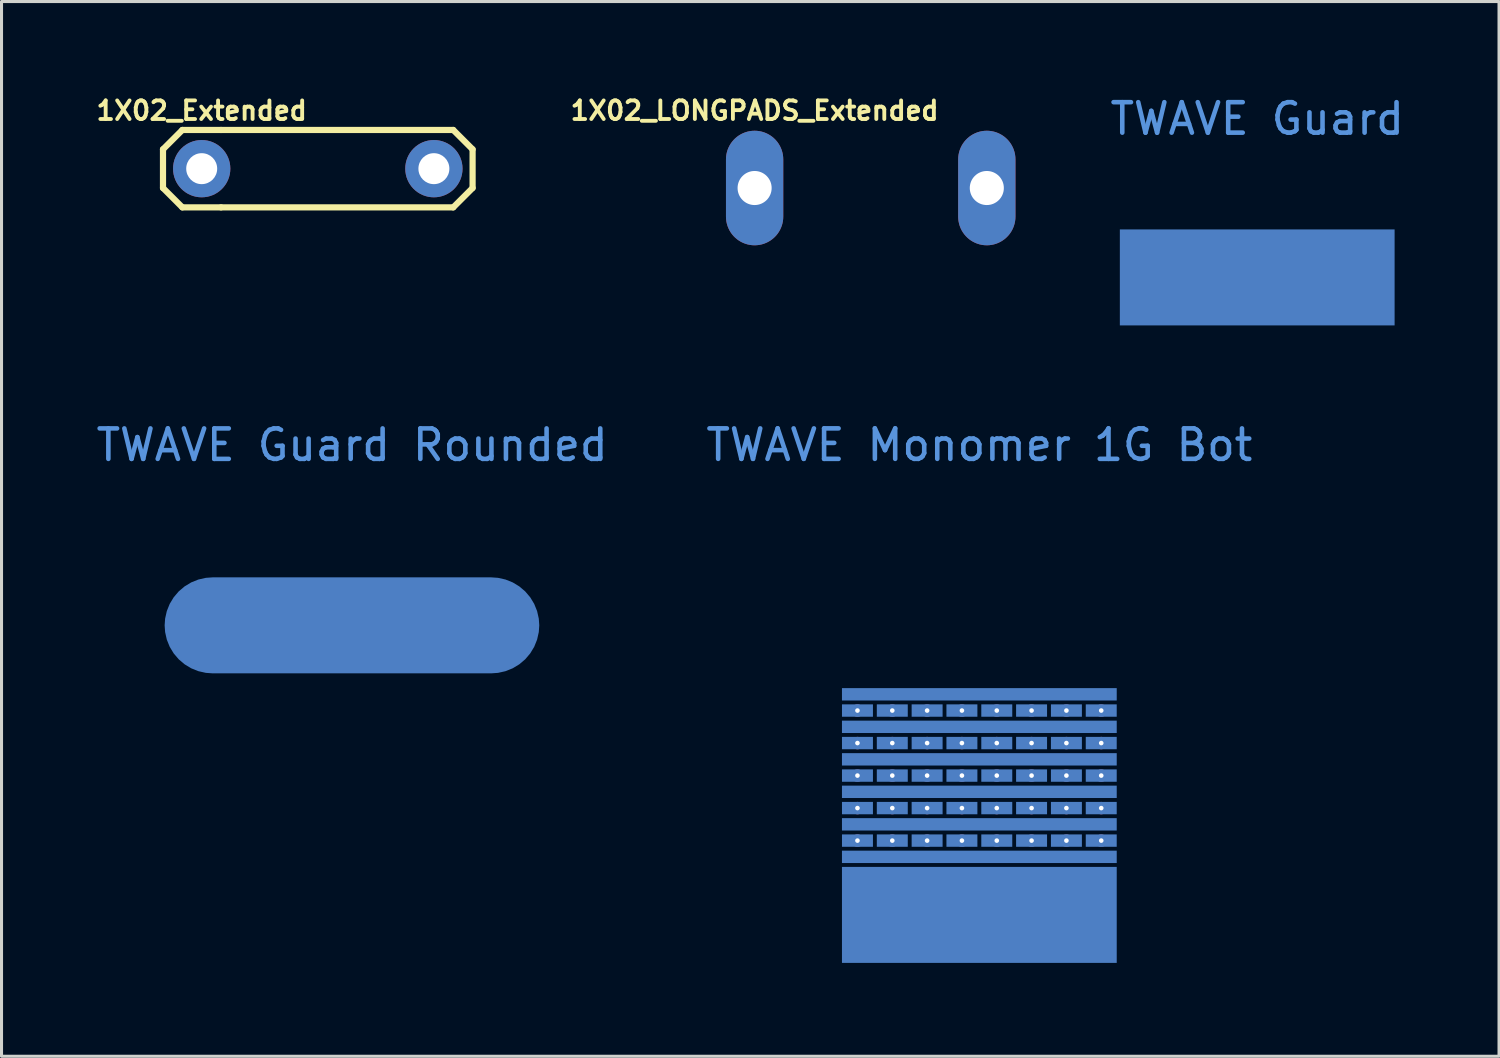
<source format=kicad_pcb>
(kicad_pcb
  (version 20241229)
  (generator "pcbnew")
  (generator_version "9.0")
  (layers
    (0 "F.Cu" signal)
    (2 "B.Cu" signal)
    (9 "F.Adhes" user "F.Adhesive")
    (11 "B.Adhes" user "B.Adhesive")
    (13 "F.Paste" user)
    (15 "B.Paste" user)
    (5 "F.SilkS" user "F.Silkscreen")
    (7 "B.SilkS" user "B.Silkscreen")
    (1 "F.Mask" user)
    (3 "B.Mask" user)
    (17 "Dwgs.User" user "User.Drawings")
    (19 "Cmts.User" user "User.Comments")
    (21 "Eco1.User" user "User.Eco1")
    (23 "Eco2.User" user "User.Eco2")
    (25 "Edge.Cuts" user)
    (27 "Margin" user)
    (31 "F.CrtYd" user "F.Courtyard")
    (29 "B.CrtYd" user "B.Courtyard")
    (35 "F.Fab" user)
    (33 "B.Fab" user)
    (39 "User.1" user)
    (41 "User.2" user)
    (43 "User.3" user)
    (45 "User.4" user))
  (footprint "TWAVE Guard"
    (layer "F.Cu")
    (at 38.208 6.054)
    (property "Reference" "TWAVE Guard" (at 0 -5.206 0) (unlocked yes) (layer "Cmts.User") (effects (font (size 1 1) (thickness 0.15))))
    (attr smd)
    (fp_rect (start -4.585 -1.651) (end 4.585 1.651) (stroke (width 0.000254) (type solid)) (fill yes) (layer "B.Mask"))
    (pad "G" smd rect (at 0 0) (size 9.017 3.15) (layers "B.Cu")))
  (footprint "TWAVE Monomer 1G Bot"
    (layer "F.Cu")
    (at 29.089 22.402)
    (property "Reference" "TWAVE Monomer 1G Bot" (at 0 -10.849 0) (unlocked yes) (layer "Cmts.User") (effects (font (size 1 1) (thickness 0.15))))
    (attr through_hole)
    (fp_rect (start -4.559 -6.198) (end 4.559 6.198) (stroke (width 0.025) (type solid)) (fill yes) (layer "B.Mask"))
    (pad "1" thru_hole circle (at -4 -2.134) (size 0.406 0.406) (drill 0.152) (layers "*.Cu" "*.Mask"))
    (pad "1" smd rect (at -4 -2.134) (size 1.016 0.406) (property pad_prop_testpoint) (layers "B.Cu"))
    (pad "1" thru_hole circle (at -4 -1.067) (size 0.406 0.406) (drill 0.152) (layers "*.Cu" "*.Mask"))
    (pad "1" smd rect (at -4 -1.067) (size 1.016 0.406) (property pad_prop_testpoint) (layers "B.Cu"))
    (pad "1" thru_hole circle (at -4 0) (size 0.406 0.406) (drill 0.152) (layers "*.Cu" "*.Mask"))
    (pad "1" smd rect (at -4 0) (size 1.016 0.406) (property pad_prop_testpoint) (layers "B.Cu"))
    (pad "1" thru_hole circle (at -4 1.067) (size 0.406 0.406) (drill 0.152) (layers "*.Cu" "*.Mask"))
    (pad "1" smd rect (at -4 1.067) (size 1.016 0.406) (property pad_prop_testpoint) (layers "B.Cu"))
    (pad "1" thru_hole circle (at -4 2.134) (size 0.406 0.406) (drill 0.152) (layers "*.Cu" "*.Mask"))
    (pad "1" smd rect (at -4 2.134) (size 1.016 0.406) (property pad_prop_testpoint) (layers "B.Cu"))
    (pad "2" thru_hole circle (at -2.857 -2.134) (size 0.406 0.406) (drill 0.152) (layers "*.Cu" "*.Mask"))
    (pad "2" smd rect (at -2.857 -2.134) (size 1.016 0.406) (property pad_prop_testpoint) (layers "B.Cu"))
    (pad "2" thru_hole circle (at -2.857 -1.067) (size 0.406 0.406) (drill 0.152) (layers "*.Cu" "*.Mask"))
    (pad "2" smd rect (at -2.857 -1.067) (size 1.016 0.406) (property pad_prop_testpoint) (layers "B.Cu"))
    (pad "2" thru_hole circle (at -2.857 0) (size 0.406 0.406) (drill 0.152) (layers "*.Cu" "*.Mask"))
    (pad "2" smd rect (at -2.857 0) (size 1.016 0.406) (property pad_prop_testpoint) (layers "B.Cu"))
    (pad "2" thru_hole circle (at -2.857 1.067) (size 0.406 0.406) (drill 0.152) (layers "*.Cu" "*.Mask"))
    (pad "2" smd rect (at -2.857 1.067) (size 1.016 0.406) (property pad_prop_testpoint) (layers "B.Cu"))
    (pad "2" thru_hole circle (at -2.857 2.134) (size 0.406 0.406) (drill 0.152) (layers "*.Cu" "*.Mask"))
    (pad "2" smd rect (at -2.857 2.134) (size 1.016 0.406) (property pad_prop_testpoint) (layers "B.Cu"))
    (pad "3" thru_hole circle (at -1.714 -2.134) (size 0.406 0.406) (drill 0.152) (layers "*.Cu" "*.Mask"))
    (pad "3" smd rect (at -1.714 -2.134) (size 1.016 0.406) (property pad_prop_testpoint) (layers "B.Cu"))
    (pad "3" thru_hole circle (at -1.714 -1.067) (size 0.406 0.406) (drill 0.152) (layers "*.Cu" "*.Mask"))
    (pad "3" smd rect (at -1.714 -1.067) (size 1.016 0.406) (property pad_prop_testpoint) (layers "B.Cu"))
    (pad "3" thru_hole circle (at -1.714 0) (size 0.406 0.406) (drill 0.152) (layers "*.Cu" "*.Mask"))
    (pad "3" smd rect (at -1.714 0) (size 1.016 0.406) (property pad_prop_testpoint) (layers "B.Cu"))
    (pad "3" thru_hole circle (at -1.714 1.067) (size 0.406 0.406) (drill 0.152) (layers "*.Cu" "*.Mask"))
    (pad "3" smd rect (at -1.714 1.067) (size 1.016 0.406) (property pad_prop_testpoint) (layers "B.Cu"))
    (pad "3" thru_hole circle (at -1.714 2.134) (size 0.406 0.406) (drill 0.152) (layers "*.Cu" "*.Mask"))
    (pad "3" smd rect (at -1.714 2.134) (size 1.016 0.406) (property pad_prop_testpoint) (layers "B.Cu"))
    (pad "4" thru_hole circle (at -0.572 -2.134) (size 0.406 0.406) (drill 0.152) (layers "*.Cu" "*.Mask"))
    (pad "4" smd rect (at -0.572 -2.134) (size 1.016 0.406) (property pad_prop_testpoint) (layers "B.Cu"))
    (pad "4" thru_hole circle (at -0.572 -1.067) (size 0.406 0.406) (drill 0.152) (layers "*.Cu" "*.Mask"))
    (pad "4" smd rect (at -0.572 -1.067) (size 1.016 0.406) (property pad_prop_testpoint) (layers "B.Cu"))
    (pad "4" thru_hole circle (at -0.572 0) (size 0.406 0.406) (drill 0.152) (layers "*.Cu" "*.Mask"))
    (pad "4" smd rect (at -0.572 0) (size 1.016 0.406) (property pad_prop_testpoint) (layers "B.Cu"))
    (pad "4" thru_hole circle (at -0.572 1.067) (size 0.406 0.406) (drill 0.152) (layers "*.Cu" "*.Mask"))
    (pad "4" smd rect (at -0.572 1.067) (size 1.016 0.406) (property pad_prop_testpoint) (layers "B.Cu"))
    (pad "4" thru_hole circle (at -0.572 2.134) (size 0.406 0.406) (drill 0.152) (layers "*.Cu" "*.Mask"))
    (pad "4" smd rect (at -0.572 2.134) (size 1.016 0.406) (property pad_prop_testpoint) (layers "B.Cu"))
    (pad "5" thru_hole circle (at 0.572 -2.134) (size 0.406 0.406) (drill 0.152) (layers "*.Cu" "*.Mask"))
    (pad "5" smd rect (at 0.572 -2.134) (size 1.016 0.406) (property pad_prop_testpoint) (layers "B.Cu"))
    (pad "5" thru_hole circle (at 0.572 -1.067) (size 0.406 0.406) (drill 0.152) (layers "*.Cu" "*.Mask"))
    (pad "5" smd rect (at 0.572 -1.067) (size 1.016 0.406) (property pad_prop_testpoint) (layers "B.Cu"))
    (pad "5" thru_hole circle (at 0.572 0) (size 0.406 0.406) (drill 0.152) (layers "*.Cu" "*.Mask"))
    (pad "5" smd rect (at 0.572 0) (size 1.016 0.406) (property pad_prop_testpoint) (layers "B.Cu"))
    (pad "5" thru_hole circle (at 0.572 1.067) (size 0.406 0.406) (drill 0.152) (layers "*.Cu" "*.Mask"))
    (pad "5" smd rect (at 0.572 1.067) (size 1.016 0.406) (property pad_prop_testpoint) (layers "B.Cu"))
    (pad "5" thru_hole circle (at 0.572 2.134) (size 0.406 0.406) (drill 0.152) (layers "*.Cu" "*.Mask"))
    (pad "5" smd rect (at 0.572 2.134) (size 1.016 0.406) (property pad_prop_testpoint) (layers "B.Cu"))
    (pad "6" thru_hole circle (at 1.714 -2.134) (size 0.406 0.406) (drill 0.152) (layers "*.Cu" "*.Mask"))
    (pad "6" smd rect (at 1.714 -2.134) (size 1.016 0.406) (property pad_prop_testpoint) (layers "B.Cu"))
    (pad "6" thru_hole circle (at 1.714 -1.067) (size 0.406 0.406) (drill 0.152) (layers "*.Cu" "*.Mask"))
    (pad "6" smd rect (at 1.714 -1.067) (size 1.016 0.406) (property pad_prop_testpoint) (layers "B.Cu"))
    (pad "6" thru_hole circle (at 1.714 0) (size 0.406 0.406) (drill 0.152) (layers "*.Cu" "*.Mask"))
    (pad "6" smd rect (at 1.714 0) (size 1.016 0.406) (property pad_prop_testpoint) (layers "B.Cu"))
    (pad "6" thru_hole circle (at 1.714 1.067) (size 0.406 0.406) (drill 0.152) (layers "*.Cu" "*.Mask"))
    (pad "6" smd rect (at 1.714 1.067) (size 1.016 0.406) (property pad_prop_testpoint) (layers "B.Cu"))
    (pad "6" thru_hole circle (at 1.714 2.134) (size 0.406 0.406) (drill 0.152) (layers "*.Cu" "*.Mask"))
    (pad "6" smd rect (at 1.714 2.134) (size 1.016 0.406) (property pad_prop_testpoint) (layers "B.Cu"))
    (pad "7" thru_hole circle (at 2.857 -2.134) (size 0.406 0.406) (drill 0.152) (layers "*.Cu" "*.Mask"))
    (pad "7" smd rect (at 2.857 -2.134) (size 1.016 0.406) (property pad_prop_testpoint) (layers "B.Cu"))
    (pad "7" thru_hole circle (at 2.857 -1.067) (size 0.406 0.406) (drill 0.152) (layers "*.Cu" "*.Mask"))
    (pad "7" smd rect (at 2.857 -1.067) (size 1.016 0.406) (property pad_prop_testpoint) (layers "B.Cu"))
    (pad "7" thru_hole circle (at 2.857 0) (size 0.406 0.406) (drill 0.152) (layers "*.Cu" "*.Mask"))
    (pad "7" smd rect (at 2.857 0) (size 1.016 0.406) (property pad_prop_testpoint) (layers "B.Cu"))
    (pad "7" thru_hole circle (at 2.857 1.067) (size 0.406 0.406) (drill 0.152) (layers "*.Cu" "*.Mask"))
    (pad "7" smd rect (at 2.857 1.067) (size 1.016 0.406) (property pad_prop_testpoint) (layers "B.Cu"))
    (pad "7" thru_hole circle (at 2.857 2.134) (size 0.406 0.406) (drill 0.152) (layers "*.Cu" "*.Mask"))
    (pad "7" smd rect (at 2.857 2.134) (size 1.016 0.406) (property pad_prop_testpoint) (layers "B.Cu"))
    (pad "8" thru_hole circle (at 4 -2.134) (size 0.406 0.406) (drill 0.152) (layers "*.Cu" "*.Mask"))
    (pad "8" smd rect (at 4 -2.134) (size 1.016 0.406) (property pad_prop_testpoint) (layers "B.Cu"))
    (pad "8" thru_hole circle (at 4 -1.067) (size 0.406 0.406) (drill 0.152) (layers "*.Cu" "*.Mask"))
    (pad "8" smd rect (at 4 -1.067) (size 1.016 0.406) (property pad_prop_testpoint) (layers "B.Cu"))
    (pad "8" thru_hole circle (at 4 0) (size 0.406 0.406) (drill 0.152) (layers "*.Cu" "*.Mask"))
    (pad "8" smd rect (at 4 0) (size 1.016 0.406) (property pad_prop_testpoint) (layers "B.Cu"))
    (pad "8" thru_hole circle (at 4 1.067) (size 0.406 0.406) (drill 0.152) (layers "*.Cu" "*.Mask"))
    (pad "8" smd rect (at 4 1.067) (size 1.016 0.406) (property pad_prop_testpoint) (layers "B.Cu"))
    (pad "8" thru_hole circle (at 4 2.134) (size 0.406 0.406) (drill 0.152) (layers "*.Cu" "*.Mask"))
    (pad "8" smd rect (at 4 2.134) (size 1.016 0.406) (property pad_prop_testpoint) (layers "B.Cu"))
    (pad "G" smd rect (at 0 4.572) (size 9.017 3.15) (property pad_prop_testpoint) (layers "B.Cu"))
    (pad "RFA" smd rect (at 0 -1.6) (size 9.017 0.406) (property pad_prop_testpoint) (layers "B.Cu"))
    (pad "RFA" smd rect (at 0 0.533) (size 9.017 0.406) (property pad_prop_testpoint) (layers "B.Cu"))
    (pad "RFA" smd rect (at 0 2.667) (size 9.017 0.406) (property pad_prop_testpoint) (layers "B.Cu"))
    (pad "RFB" smd rect (at 0 -2.667) (size 9.017 0.406) (property pad_prop_testpoint) (layers "B.Cu"))
    (pad "RFB" smd rect (at 0 -0.533) (size 9.017 0.406) (property pad_prop_testpoint) (layers "B.Cu"))
    (pad "RFB" smd rect (at 0 1.6) (size 9.017 0.406) (property pad_prop_testpoint) (layers "B.Cu")))
  (footprint "1X02_Extended"
    (layer "F.Cu")
    (at 3.569 2.485)
    (property "Reference" "1X02_Extended" (at 0 -1.905 0) (layer "F.SilkS") (effects (font (size 0.61 0.61) (thickness 0.127))))
    (attr exclude_from_pos_files exclude_from_bom)
    (fp_line (start -1.27 -0.635) (end -1.27 0.635) (stroke (width 0.203) (type solid)) (layer "F.SilkS"))
    (fp_line (start -1.27 0.635) (end -0.635 1.27) (stroke (width 0.203) (type solid)) (layer "F.SilkS"))
    (fp_line (start -0.635 -1.27) (end -1.27 -0.635) (stroke (width 0.203) (type solid)) (layer "F.SilkS"))
    (fp_line (start -0.635 -1.27) (end 0.635 -1.27) (stroke (width 0.203) (type solid)) (layer "F.SilkS"))
    (fp_line (start 0.635 -1.27) (end 8.255 -1.27) (stroke (width 0.203) (type solid)) (layer "F.SilkS"))
    (fp_line (start 0.635 1.27) (end -0.635 1.27) (stroke (width 0.203) (type solid)) (layer "F.SilkS"))
    (fp_line (start 8.255 -1.27) (end 8.89 -0.635) (stroke (width 0.203) (type solid)) (layer "F.SilkS"))
    (fp_line (start 8.255 1.27) (end 0.635 1.27) (stroke (width 0.203) (type solid)) (layer "F.SilkS"))
    (fp_line (start 8.89 -0.635) (end 8.89 0.635) (stroke (width 0.203) (type solid)) (layer "F.SilkS"))
    (fp_line (start 8.89 0.635) (end 8.255 1.27) (stroke (width 0.203) (type solid)) (layer "F.SilkS"))
    (pad "1" thru_hole circle (at 0 0) (size 1.88 1.88) (drill 1.016) (layers "*.Cu" "*.Mask"))
    (pad "2" thru_hole circle (at 7.62 0) (size 1.88 1.88) (drill 1.016) (layers "*.Cu" "*.Mask")))
  (footprint "1X02_LONGPADS_Extended"
    (layer "F.Cu")
    (at 21.714 3.12)
    (property "Reference" "1X02_LONGPADS_Extended" (at 0 -2.54 0) (layer "F.SilkS") (effects (font (size 0.61 0.61) (thickness 0.127))))
    (attr exclude_from_pos_files exclude_from_bom)
    (pad "1" thru_hole oval (at 0 0 180) (size 1.88 3.759) (drill 1.118) (layers "*.Cu" "*.Mask"))
    (pad "2" thru_hole oval (at 7.62 0 180) (size 1.88 3.759) (drill 1.118) (layers "*.Cu" "*.Mask")))
  (footprint "TWAVE Guard Rounded"
    (layer "F.Cu")
    (at 8.5 17.472)
    (property "Reference" "TWAVE Guard Rounded" (at 0.006 -5.918 0) (unlocked yes) (layer "Cmts.User") (effects (font (size 1 1) (thickness 0.15))))
    (attr smd)
    (pad "G" smd roundrect (at 0 0) (size 12.294 3.15) (layers "B.Cu" "B.Mask") (roundrect_rratio 0.5)))
  (gr_rect
    (start -3 -3)
    (end 46.143 31.613)
    (stroke (width 0.1) (type default))
    (fill no)
    (layer "Edge.Cuts")))
</source>
